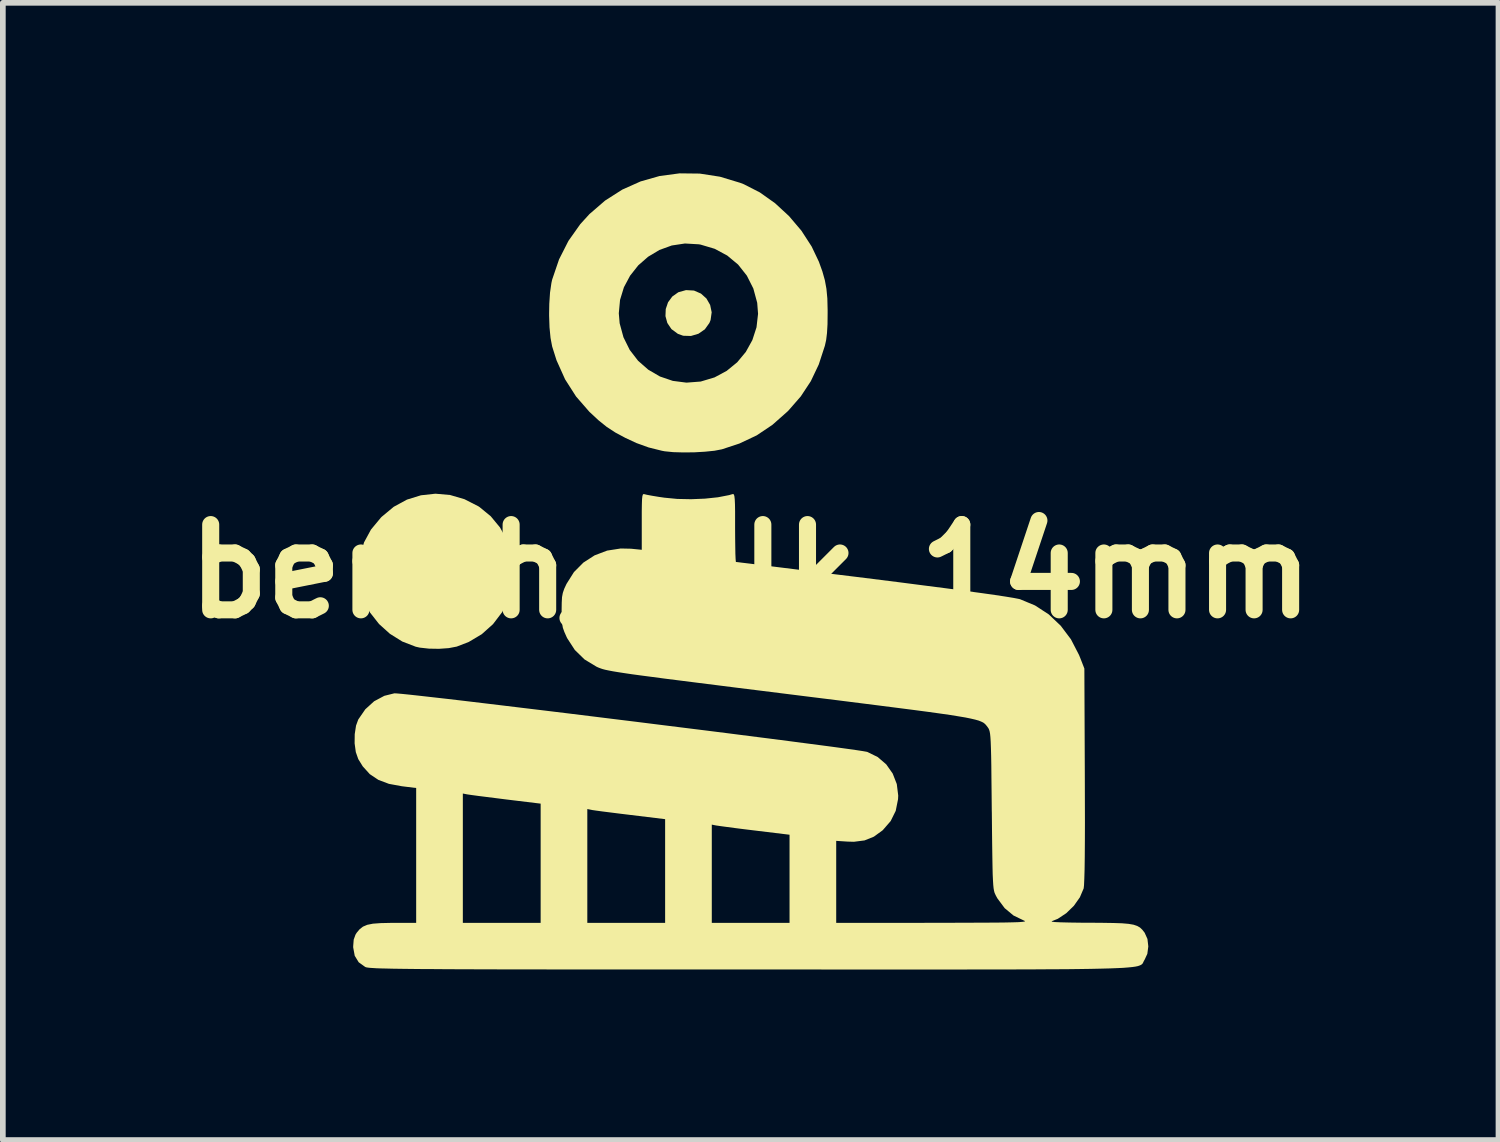
<source format=kicad_pcb>
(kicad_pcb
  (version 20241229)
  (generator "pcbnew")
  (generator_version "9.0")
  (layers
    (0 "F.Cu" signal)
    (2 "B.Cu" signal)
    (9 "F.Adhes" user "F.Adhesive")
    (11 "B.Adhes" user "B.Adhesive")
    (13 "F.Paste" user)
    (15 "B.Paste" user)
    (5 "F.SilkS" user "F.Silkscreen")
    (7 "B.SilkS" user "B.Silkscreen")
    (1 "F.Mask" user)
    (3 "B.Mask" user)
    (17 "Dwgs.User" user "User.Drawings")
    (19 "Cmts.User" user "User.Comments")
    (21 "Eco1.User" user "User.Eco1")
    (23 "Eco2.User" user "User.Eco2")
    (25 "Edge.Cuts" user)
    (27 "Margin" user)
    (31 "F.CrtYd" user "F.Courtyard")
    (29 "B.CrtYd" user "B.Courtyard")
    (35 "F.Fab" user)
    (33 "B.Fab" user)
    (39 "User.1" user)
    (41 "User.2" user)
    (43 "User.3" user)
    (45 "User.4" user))
  (footprint "bench_silk_14mm"
    (layer "F.Cu")
    (at 10.157 7.001)
    (property "Reference" "bench_silk_14mm" (at 0 0 0) (layer "F.SilkS") (effects (font (size 1.5 1.5) (thickness 0.3))))
    (attr board_only exclude_from_pos_files exclude_from_bom)
    (fp_poly (pts (xy -0.997 -4.939) (xy -0.875 -4.886) (xy -0.778 -4.799) (xy -0.713 -4.686) (xy -0.686 -4.557) (xy -0.705 -4.421) (xy -0.726 -4.369) (xy -0.806 -4.257) (xy -0.919 -4.179) (xy -1.051 -4.14) (xy -1.187 -4.144) (xy -1.28 -4.177) (xy -1.394 -4.261) (xy -1.466 -4.368) (xy -1.499 -4.489) (xy -1.494 -4.614) (xy -1.454 -4.732) (xy -1.379 -4.834) (xy -1.273 -4.909) (xy -1.137 -4.947)) (stroke (width 0) (type solid)) (fill yes) (layer "F.SilkS"))
    (fp_poly (pts (xy -5.288 -1.342) (xy -5.035 -1.268) (xy -4.79 -1.143) (xy -4.769 -1.129) (xy -4.573 -0.968) (xy -4.41 -0.771) (xy -4.286 -0.545) (xy -4.203 -0.301) (xy -4.167 -0.048) (xy -4.18 0.207) (xy -4.183 0.224) (xy -4.254 0.483) (xy -4.373 0.72) (xy -4.533 0.93) (xy -4.731 1.107) (xy -4.961 1.244) (xy -5.171 1.325) (xy -5.312 1.352) (xy -5.483 1.364) (xy -5.66 1.361) (xy -5.822 1.343) (xy -5.893 1.327) (xy -6.129 1.236) (xy -6.347 1.1) (xy -6.538 0.928) (xy -6.696 0.727) (xy -6.812 0.504) (xy -6.868 0.328) (xy -6.882 0.237) (xy -6.893 0.118) (xy -6.897 -0.002) (xy -6.874 -0.266) (xy -6.802 -0.509) (xy -6.68 -0.734) (xy -6.505 -0.945) (xy -6.49 -0.96) (xy -6.279 -1.135) (xy -6.047 -1.261) (xy -5.801 -1.337) (xy -5.546 -1.365)) (stroke (width 0) (type solid)) (fill yes) (layer "F.SilkS"))
    (fp_poly (pts (xy -0.896 -6.997) (xy -0.54 -6.942) (xy -0.186 -6.835) (xy -0.119 -6.809) (xy 0.161 -6.666) (xy 0.429 -6.476) (xy 0.675 -6.249) (xy 0.893 -5.992) (xy 1.073 -5.714) (xy 1.2 -5.447) (xy 1.262 -5.275) (xy 1.305 -5.122) (xy 1.333 -4.97) (xy 1.349 -4.801) (xy 1.354 -4.599) (xy 1.354 -4.544) (xy 1.352 -4.346) (xy 1.343 -4.192) (xy 1.328 -4.068) (xy 1.306 -3.969) (xy 1.198 -3.638) (xy 1.058 -3.344) (xy 0.882 -3.077) (xy 0.662 -2.825) (xy 0.642 -2.806) (xy 0.382 -2.576) (xy 0.106 -2.391) (xy -0.197 -2.248) (xy -0.506 -2.146) (xy -0.636 -2.121) (xy -0.803 -2.104) (xy -0.991 -2.093) (xy -1.183 -2.091) (xy -1.362 -2.096) (xy -1.511 -2.111) (xy -1.56 -2.12) (xy -1.796 -2.179) (xy -2.012 -2.257) (xy -2.203 -2.346) (xy -2.382 -2.442) (xy -2.532 -2.54) (xy -2.674 -2.654) (xy -2.828 -2.797) (xy -2.836 -2.804) (xy -3.072 -3.075) (xy -3.265 -3.377) (xy -3.416 -3.713) (xy -3.493 -3.957) (xy -3.521 -4.106) (xy -3.539 -4.291) (xy -3.546 -4.497) (xy -3.546 -4.539) (xy -2.32 -4.539) (xy -2.305 -4.363) (xy -2.238 -4.117) (xy -2.128 -3.895) (xy -1.981 -3.704) (xy -1.802 -3.547) (xy -1.596 -3.427) (xy -1.37 -3.35) (xy -1.13 -3.319) (xy -0.881 -3.338) (xy -0.873 -3.34) (xy -0.636 -3.411) (xy -0.423 -3.525) (xy -0.237 -3.677) (xy -0.085 -3.86) (xy 0.03 -4.068) (xy 0.103 -4.293) (xy 0.13 -4.53) (xy 0.115 -4.724) (xy 0.047 -4.975) (xy -0.067 -5.201) (xy -0.221 -5.396) (xy -0.412 -5.555) (xy -0.634 -5.674) (xy -0.883 -5.748) (xy -0.915 -5.753) (xy -1.156 -5.767) (xy -1.388 -5.732) (xy -1.606 -5.653) (xy -1.804 -5.534) (xy -1.978 -5.382) (xy -2.121 -5.201) (xy -2.23 -4.997) (xy -2.298 -4.775) (xy -2.32 -4.539) (xy -3.546 -4.539) (xy -3.543 -4.706) (xy -3.53 -4.903) (xy -3.506 -5.07) (xy -3.493 -5.13) (xy -3.371 -5.488) (xy -3.206 -5.813) (xy -2.998 -6.107) (xy -2.836 -6.285) (xy -2.56 -6.523) (xy -2.259 -6.715) (xy -1.937 -6.859) (xy -1.6 -6.955) (xy -1.251 -7.001)) (stroke (width 0) (type solid)) (fill yes) (layer "F.SilkS"))
    (fp_poly (pts (xy -1.868 -1.356) (xy -1.822 -1.345) (xy -1.736 -1.329) (xy -1.622 -1.31) (xy -1.519 -1.295) (xy -1.292 -1.273) (xy -1.048 -1.268) (xy -0.804 -1.278) (xy -0.576 -1.302) (xy -0.38 -1.34) (xy -0.322 -1.357) (xy -0.306 -1.359) (xy -0.294 -1.348) (xy -0.286 -1.319) (xy -0.28 -1.265) (xy -0.276 -1.179) (xy -0.274 -1.055) (xy -0.274 -0.886) (xy -0.274 -0.768) (xy -0.273 -0.593) (xy -0.271 -0.438) (xy -0.269 -0.31) (xy -0.265 -0.218) (xy -0.261 -0.17) (xy -0.259 -0.164) (xy -0.23 -0.161) (xy -0.151 -0.151) (xy -0.025 -0.136) (xy 0.143 -0.115) (xy 0.35 -0.089) (xy 0.592 -0.059) (xy 0.865 -0.025) (xy 1.164 0.012) (xy 1.487 0.053) (xy 1.83 0.095) (xy 2.159 0.136) (xy 2.628 0.195) (xy 3.053 0.25) (xy 3.434 0.299) (xy 3.77 0.344) (xy 4.058 0.383) (xy 4.299 0.417) (xy 4.489 0.446) (xy 4.629 0.469) (xy 4.716 0.486) (xy 4.738 0.491) (xy 5.003 0.601) (xy 5.244 0.758) (xy 5.455 0.958) (xy 5.635 1.197) (xy 5.777 1.472) (xy 5.799 1.526) (xy 5.871 1.711) (xy 5.879 3.592) (xy 5.88 4.032) (xy 5.881 4.417) (xy 5.88 4.747) (xy 5.878 5.022) (xy 5.875 5.243) (xy 5.87 5.41) (xy 5.865 5.522) (xy 5.859 5.579) (xy 5.858 5.581) (xy 5.792 5.736) (xy 5.686 5.886) (xy 5.552 6.016) (xy 5.404 6.114) (xy 5.3 6.156) (xy 5.296 6.164) (xy 5.347 6.171) (xy 5.452 6.176) (xy 5.612 6.18) (xy 5.826 6.183) (xy 5.949 6.183) (xy 6.19 6.185) (xy 6.383 6.188) (xy 6.533 6.193) (xy 6.649 6.203) (xy 6.736 6.218) (xy 6.801 6.24) (xy 6.85 6.268) (xy 6.89 6.306) (xy 6.927 6.353) (xy 6.932 6.36) (xy 6.981 6.469) (xy 6.996 6.6) (xy 6.979 6.73) (xy 6.932 6.832) (xy 6.921 6.851) (xy 6.912 6.868) (xy 6.905 6.884) (xy 6.897 6.899) (xy 6.885 6.912) (xy 6.869 6.924) (xy 6.845 6.935) (xy 6.813 6.946) (xy 6.77 6.955) (xy 6.713 6.963) (xy 6.641 6.97) (xy 6.553 6.977) (xy 6.445 6.982) (xy 6.316 6.987) (xy 6.164 6.991) (xy 5.986 6.995) (xy 5.782 6.998) (xy 5.548 7.001) (xy 5.283 7.002) (xy 4.984 7.004) (xy 4.651 7.005) (xy 4.28 7.006) (xy 3.87 7.006) (xy 3.418 7.007) (xy 2.924 7.007) (xy 2.383 7.007) (xy 1.796 7.007) (xy 1.159 7.006) (xy 0.47 7.006) (xy -0.004 7.006) (xy -0.722 7.006) (xy -1.387 7.006) (xy -2.002 7.006) (xy -2.568 7.006) (xy -3.087 7.005) (xy -3.561 7.005) (xy -3.993 7.004) (xy -4.385 7.004) (xy -4.738 7.003) (xy -5.054 7.002) (xy -5.336 7.001) (xy -5.585 6.999) (xy -5.803 6.998) (xy -5.994 6.996) (xy -6.157 6.994) (xy -6.297 6.992) (xy -6.414 6.989) (xy -6.51 6.987) (xy -6.589 6.984) (xy -6.651 6.98) (xy -6.698 6.977) (xy -6.733 6.973) (xy -6.758 6.969) (xy -6.775 6.964) (xy -6.782 6.961) (xy -6.896 6.879) (xy -6.966 6.765) (xy -6.993 6.618) (xy -6.993 6.596) (xy -6.984 6.48) (xy -6.953 6.394) (xy -6.932 6.36) (xy -6.88 6.298) (xy -6.821 6.252) (xy -6.746 6.22) (xy -6.646 6.2) (xy -6.511 6.19) (xy -6.333 6.186) (xy -6.284 6.186) (xy -5.885 6.186) (xy -5.885 5) (xy -5.885 3.91) (xy -5.064 3.91) (xy -5.064 5.048) (xy -5.064 6.186) (xy -4.379 6.186) (xy -3.695 6.186) (xy -3.695 5.137) (xy -3.695 4.183) (xy -2.874 4.183) (xy -2.874 5.185) (xy -2.874 6.186) (xy -2.19 6.186) (xy -1.505 6.186) (xy -1.505 5.274) (xy -1.505 4.457) (xy -0.684 4.457) (xy -0.684 5.321) (xy -0.684 6.186) (xy 0 6.186) (xy 0.684 6.186) (xy 0.684 5.41) (xy 0.684 4.635) (xy 0.075 4.561) (xy -0.106 4.539) (xy -0.272 4.518) (xy -0.415 4.499) (xy -0.526 4.484) (xy -0.595 4.474) (xy -0.609 4.472) (xy -0.684 4.457) (xy -1.505 4.457) (xy -1.505 4.361) (xy -2.114 4.287) (xy -2.295 4.265) (xy -2.462 4.244) (xy -2.605 4.226) (xy -2.715 4.211) (xy -2.784 4.201) (xy -2.799 4.198) (xy -2.874 4.183) (xy -3.695 4.183) (xy -3.695 4.088) (xy -4.304 4.014) (xy -4.485 3.991) (xy -4.652 3.97) (xy -4.794 3.952) (xy -4.905 3.937) (xy -4.974 3.927) (xy -4.988 3.925) (xy -5.064 3.91) (xy -5.885 3.91) (xy -5.885 3.813) (xy -6.136 3.782) (xy -6.364 3.74) (xy -6.55 3.67) (xy -6.701 3.569) (xy -6.825 3.432) (xy -6.904 3.304) (xy -6.947 3.181) (xy -6.968 3.027) (xy -6.966 2.865) (xy -6.943 2.715) (xy -6.904 2.608) (xy -6.78 2.428) (xy -6.625 2.287) (xy -6.445 2.191) (xy -6.268 2.147) (xy -6.227 2.149) (xy -6.136 2.157) (xy -5.998 2.171) (xy -5.816 2.191) (xy -5.595 2.216) (xy -5.338 2.245) (xy -5.049 2.279) (xy -4.731 2.317) (xy -4.389 2.358) (xy -4.025 2.402) (xy -3.643 2.448) (xy -3.248 2.496) (xy -2.842 2.546) (xy -2.43 2.597) (xy -2.015 2.648) (xy -1.601 2.7) (xy -1.191 2.751) (xy -0.789 2.801) (xy -0.4 2.85) (xy -0.026 2.898) (xy 0.329 2.943) (xy 0.662 2.986) (xy 0.967 3.026) (xy 1.243 3.062) (xy 1.484 3.094) (xy 1.688 3.122) (xy 1.851 3.145) (xy 1.969 3.163) (xy 2.038 3.175) (xy 2.054 3.179) (xy 2.235 3.268) (xy 2.386 3.398) (xy 2.499 3.559) (xy 2.571 3.744) (xy 2.596 3.946) (xy 2.593 4.01) (xy 2.552 4.215) (xy 2.463 4.395) (xy 2.324 4.555) (xy 2.319 4.559) (xy 2.168 4.669) (xy 2.004 4.735) (xy 1.817 4.759) (xy 1.707 4.756) (xy 1.505 4.743) (xy 1.505 5.465) (xy 1.505 6.186) (xy 3.209 6.185) (xy 3.561 6.184) (xy 3.862 6.183) (xy 4.114 6.182) (xy 4.322 6.181) (xy 4.489 6.179) (xy 4.619 6.176) (xy 4.714 6.173) (xy 4.778 6.168) (xy 4.815 6.163) (xy 4.828 6.157) (xy 4.82 6.15) (xy 4.814 6.148) (xy 4.624 6.056) (xy 4.469 5.927) (xy 4.341 5.755) (xy 4.316 5.71) (xy 4.303 5.683) (xy 4.291 5.656) (xy 4.282 5.622) (xy 4.274 5.577) (xy 4.268 5.517) (xy 4.263 5.436) (xy 4.258 5.329) (xy 4.255 5.193) (xy 4.252 5.021) (xy 4.249 4.81) (xy 4.246 4.554) (xy 4.243 4.249) (xy 4.242 4.21) (xy 4.239 3.899) (xy 4.236 3.638) (xy 4.234 3.422) (xy 4.231 3.247) (xy 4.227 3.107) (xy 4.223 2.999) (xy 4.218 2.918) (xy 4.212 2.859) (xy 4.204 2.816) (xy 4.195 2.787) (xy 4.185 2.765) (xy 4.172 2.746) (xy 4.154 2.722) (xy 4.137 2.701) (xy 4.117 2.681) (xy 4.092 2.662) (xy 4.057 2.645) (xy 4.012 2.627) (xy 3.952 2.61) (xy 3.875 2.592) (xy 3.777 2.572) (xy 3.657 2.552) (xy 3.51 2.528) (xy 3.335 2.503) (xy 3.127 2.474) (xy 2.885 2.442) (xy 2.605 2.406) (xy 2.285 2.365) (xy 1.921 2.319) (xy 1.51 2.267) (xy 1.05 2.21) (xy 0.698 2.166) (xy 0.211 2.105) (xy -0.224 2.051) (xy -0.611 2.002) (xy -0.953 1.959) (xy -1.253 1.921) (xy -1.514 1.888) (xy -1.739 1.858) (xy -1.93 1.833) (xy -2.092 1.811) (xy -2.227 1.791) (xy -2.337 1.774) (xy -2.427 1.759) (xy -2.5 1.745) (xy -2.557 1.733) (xy -2.603 1.721) (xy -2.639 1.709) (xy -2.671 1.697) (xy -2.699 1.685) (xy -2.715 1.677) (xy -2.923 1.551) (xy -3.094 1.384) (xy -3.227 1.179) (xy -3.239 1.155) (xy -3.278 1.067) (xy -3.304 0.994) (xy -3.318 0.918) (xy -3.324 0.822) (xy -3.326 0.69) (xy -3.326 0.684) (xy -3.324 0.551) (xy -3.319 0.455) (xy -3.305 0.381) (xy -3.281 0.31) (xy -3.242 0.226) (xy -3.237 0.217) (xy -3.109 0.014) (xy -2.943 -0.153) (xy -2.746 -0.28) (xy -2.525 -0.364) (xy -2.286 -0.401) (xy -2.105 -0.397) (xy -1.916 -0.378) (xy -1.916 -0.876) (xy -1.916 -1.052) (xy -1.914 -1.181) (xy -1.911 -1.269) (xy -1.905 -1.323) (xy -1.896 -1.351) (xy -1.883 -1.359)) (stroke (width 0) (type solid)) (fill yes) (layer "F.SilkS")))
  (gr_rect
    (start -3 -3)
    (end 23.314 17.008)
    (stroke (width 0.1) (type default))
    (fill no)
    (layer "Edge.Cuts")))
</source>
